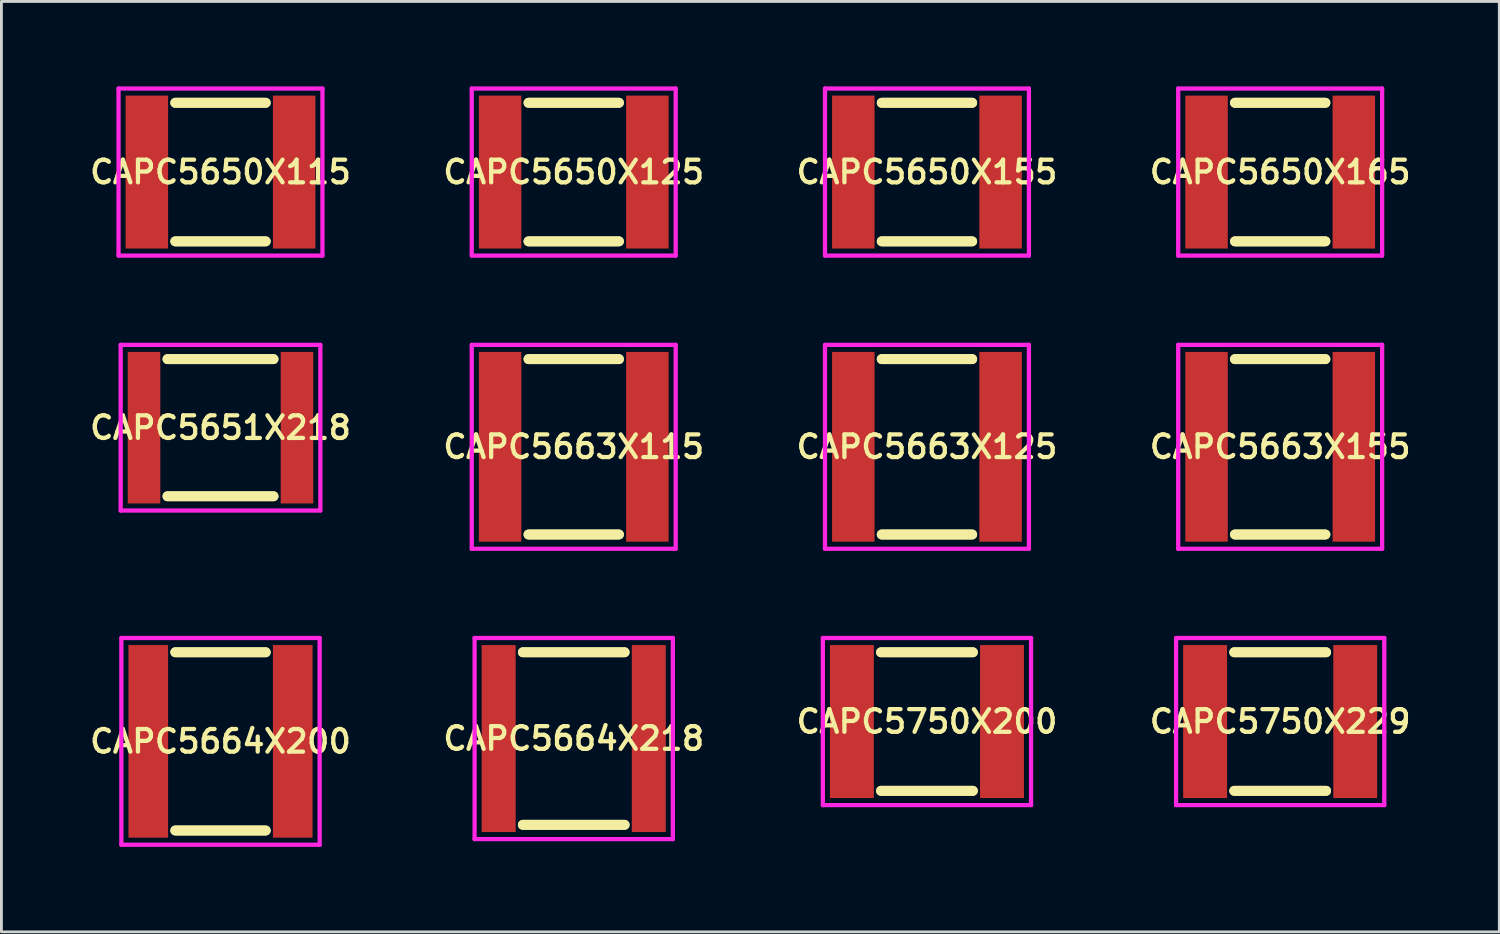
<source format=kicad_pcb>
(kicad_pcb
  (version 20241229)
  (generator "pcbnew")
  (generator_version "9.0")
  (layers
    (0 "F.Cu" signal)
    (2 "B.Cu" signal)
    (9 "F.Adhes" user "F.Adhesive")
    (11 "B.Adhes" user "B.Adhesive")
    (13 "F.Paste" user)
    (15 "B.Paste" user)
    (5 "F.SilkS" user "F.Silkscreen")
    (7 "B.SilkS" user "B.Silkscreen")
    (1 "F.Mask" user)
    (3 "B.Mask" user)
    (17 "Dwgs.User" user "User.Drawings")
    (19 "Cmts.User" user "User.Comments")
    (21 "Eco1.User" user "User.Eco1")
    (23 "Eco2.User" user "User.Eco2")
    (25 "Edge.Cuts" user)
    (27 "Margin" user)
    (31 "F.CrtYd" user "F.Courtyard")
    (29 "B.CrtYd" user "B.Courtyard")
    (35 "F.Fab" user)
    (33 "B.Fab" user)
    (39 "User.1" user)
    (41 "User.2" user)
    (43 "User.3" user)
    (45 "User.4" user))
  (footprint "CAPC5663X155"
    (layer "F.Cu")
    (at 42.148 12.725)
    (property "Reference" "CAPC5663X155" (at 0 0 0) (layer "F.SilkS") (effects (font (size 0.8 0.8) (thickness 0.15))))
    (attr smd)
    (fp_line (start -1.596 -3.096) (end 1.596 -3.096) (stroke (width 0.35) (type solid)) (layer "F.SilkS"))
    (fp_line (start -1.596 3.096) (end 1.596 3.096) (stroke (width 0.35) (type solid)) (layer "F.SilkS"))
    (fp_line (start 1.596 -3.096) (end -1.596 -3.096) (stroke (width 0.35) (type solid)) (layer "F.SilkS"))
    (fp_line (start 1.596 3.096) (end -1.596 3.096) (stroke (width 0.35) (type solid)) (layer "F.SilkS"))
    (fp_line (start -3.6 -3.6) (end 3.6 -3.6) (stroke (width 0.15) (type solid)) (layer "F.CrtYd"))
    (fp_line (start -3.6 3.6) (end -3.6 -3.6) (stroke (width 0.15) (type solid)) (layer "F.CrtYd"))
    (fp_line (start 3.6 -3.6) (end 3.6 3.6) (stroke (width 0.15) (type solid)) (layer "F.CrtYd"))
    (fp_line (start 3.6 3.6) (end -3.6 3.6) (stroke (width 0.15) (type solid)) (layer "F.CrtYd"))
    (pad "1" smd rect (at -2.6 0) (size 1.5 6.7) (layers "F.Cu" "F.Mask" "F.Paste"))
    (pad "2" smd rect (at 2.6 0) (size 1.5 6.7) (layers "F.Cu" "F.Mask" "F.Paste")))
  (footprint "CAPC5750X200"
    (layer "F.Cu")
    (at 29.677 22.425)
    (property "Reference" "CAPC5750X200" (at 0 0 0) (layer "F.SilkS") (effects (font (size 0.8 0.8) (thickness 0.15))))
    (attr through_hole)
    (fp_line (start -1.621 -2.446) (end 1.621 -2.446) (stroke (width 0.35) (type solid)) (layer "F.SilkS"))
    (fp_line (start -1.621 2.446) (end 1.621 2.446) (stroke (width 0.35) (type solid)) (layer "F.SilkS"))
    (fp_line (start 1.621 -2.446) (end -1.621 -2.446) (stroke (width 0.35) (type solid)) (layer "F.SilkS"))
    (fp_line (start 1.621 2.446) (end -1.621 2.446) (stroke (width 0.35) (type solid)) (layer "F.SilkS"))
    (fp_line (start -3.675 -2.95) (end 3.675 -2.95) (stroke (width 0.15) (type solid)) (layer "F.CrtYd"))
    (fp_line (start -3.675 2.95) (end -3.675 -2.95) (stroke (width 0.15) (type solid)) (layer "F.CrtYd"))
    (fp_line (start 3.675 -2.95) (end 3.675 2.95) (stroke (width 0.15) (type solid)) (layer "F.CrtYd"))
    (fp_line (start 3.675 2.95) (end -3.675 2.95) (stroke (width 0.15) (type solid)) (layer "F.CrtYd"))
    (pad "1" smd rect (at -2.65 0) (size 1.55 5.4) (layers "F.Cu" "F.Mask" "F.Paste"))
    (pad "2" smd rect (at 2.65 0) (size 1.55 5.4) (layers "F.Cu" "F.Mask" "F.Paste")))
  (footprint "CAPC5650X125"
    (layer "F.Cu")
    (at 17.206 3.025)
    (property "Reference" "CAPC5650X125" (at 0 0 0) (layer "F.SilkS") (effects (font (size 0.8 0.8) (thickness 0.15))))
    (attr through_hole)
    (fp_line (start -1.596 -2.446) (end 1.596 -2.446) (stroke (width 0.35) (type solid)) (layer "F.SilkS"))
    (fp_line (start -1.596 2.446) (end 1.596 2.446) (stroke (width 0.35) (type solid)) (layer "F.SilkS"))
    (fp_line (start 1.596 -2.446) (end -1.596 -2.446) (stroke (width 0.35) (type solid)) (layer "F.SilkS"))
    (fp_line (start 1.596 2.446) (end -1.596 2.446) (stroke (width 0.35) (type solid)) (layer "F.SilkS"))
    (fp_line (start -3.6 -2.95) (end 3.6 -2.95) (stroke (width 0.15) (type solid)) (layer "F.CrtYd"))
    (fp_line (start -3.6 2.95) (end -3.6 -2.95) (stroke (width 0.15) (type solid)) (layer "F.CrtYd"))
    (fp_line (start 3.6 -2.95) (end 3.6 2.95) (stroke (width 0.15) (type solid)) (layer "F.CrtYd"))
    (fp_line (start 3.6 2.95) (end -3.6 2.95) (stroke (width 0.15) (type solid)) (layer "F.CrtYd"))
    (pad "1" smd rect (at -2.6 0) (size 1.5 5.4) (layers "F.Cu" "F.Mask" "F.Paste"))
    (pad "2" smd rect (at 2.6 0) (size 1.5 5.4) (layers "F.Cu" "F.Mask" "F.Paste")))
  (footprint "CAPC5663X115"
    (layer "F.Cu")
    (at 17.206 12.725)
    (property "Reference" "CAPC5663X115" (at 0 0 0) (layer "F.SilkS") (effects (font (size 0.8 0.8) (thickness 0.15))))
    (attr through_hole)
    (fp_line (start -1.596 -3.096) (end 1.596 -3.096) (stroke (width 0.35) (type solid)) (layer "F.SilkS"))
    (fp_line (start -1.596 3.096) (end 1.596 3.096) (stroke (width 0.35) (type solid)) (layer "F.SilkS"))
    (fp_line (start 1.596 -3.096) (end -1.596 -3.096) (stroke (width 0.35) (type solid)) (layer "F.SilkS"))
    (fp_line (start 1.596 3.096) (end -1.596 3.096) (stroke (width 0.35) (type solid)) (layer "F.SilkS"))
    (fp_line (start -3.6 -3.6) (end 3.6 -3.6) (stroke (width 0.15) (type solid)) (layer "F.CrtYd"))
    (fp_line (start -3.6 3.6) (end -3.6 -3.6) (stroke (width 0.15) (type solid)) (layer "F.CrtYd"))
    (fp_line (start 3.6 -3.6) (end 3.6 3.6) (stroke (width 0.15) (type solid)) (layer "F.CrtYd"))
    (fp_line (start 3.6 3.6) (end -3.6 3.6) (stroke (width 0.15) (type solid)) (layer "F.CrtYd"))
    (pad "1" smd rect (at -2.6 0) (size 1.5 6.7) (layers "F.Cu" "F.Mask" "F.Paste"))
    (pad "2" smd rect (at 2.6 0) (size 1.5 6.7) (layers "F.Cu" "F.Mask" "F.Paste")))
  (footprint "CAPC5650X115"
    (layer "F.Cu")
    (at 4.735 3.025)
    (property "Reference" "CAPC5650X115" (at 0 0 0) (layer "F.SilkS") (effects (font (size 0.8 0.8) (thickness 0.15))))
    (attr smd)
    (fp_line (start -1.596 -2.446) (end 1.596 -2.446) (stroke (width 0.35) (type solid)) (layer "F.SilkS"))
    (fp_line (start -1.596 2.446) (end 1.596 2.446) (stroke (width 0.35) (type solid)) (layer "F.SilkS"))
    (fp_line (start 1.596 -2.446) (end -1.596 -2.446) (stroke (width 0.35) (type solid)) (layer "F.SilkS"))
    (fp_line (start 1.596 2.446) (end -1.596 2.446) (stroke (width 0.35) (type solid)) (layer "F.SilkS"))
    (fp_line (start -3.6 -2.95) (end 3.6 -2.95) (stroke (width 0.15) (type solid)) (layer "F.CrtYd"))
    (fp_line (start -3.6 2.95) (end -3.6 -2.95) (stroke (width 0.15) (type solid)) (layer "F.CrtYd"))
    (fp_line (start 3.6 -2.95) (end 3.6 2.95) (stroke (width 0.15) (type solid)) (layer "F.CrtYd"))
    (fp_line (start 3.6 2.95) (end -3.6 2.95) (stroke (width 0.15) (type solid)) (layer "F.CrtYd"))
    (pad "1" smd rect (at -2.6 0) (size 1.5 5.4) (layers "F.Cu" "F.Mask" "F.Paste"))
    (pad "2" smd rect (at 2.6 0) (size 1.5 5.4) (layers "F.Cu" "F.Mask" "F.Paste")))
  (footprint "CAPC5664X218"
    (layer "F.Cu")
    (at 17.206 23.025)
    (property "Reference" "CAPC5664X218" (at 0 0 0) (layer "F.SilkS") (effects (font (size 0.8 0.8) (thickness 0.15))))
    (attr smd)
    (fp_line (start -1.796 -3.046) (end 1.796 -3.046) (stroke (width 0.35) (type solid)) (layer "F.SilkS"))
    (fp_line (start -1.796 3.046) (end 1.796 3.046) (stroke (width 0.35) (type solid)) (layer "F.SilkS"))
    (fp_line (start 1.796 -3.046) (end -1.796 -3.046) (stroke (width 0.35) (type solid)) (layer "F.SilkS"))
    (fp_line (start 1.796 3.046) (end -1.796 3.046) (stroke (width 0.35) (type solid)) (layer "F.SilkS"))
    (fp_line (start -3.5 -3.55) (end 3.5 -3.55) (stroke (width 0.15) (type solid)) (layer "F.CrtYd"))
    (fp_line (start -3.5 3.55) (end -3.5 -3.55) (stroke (width 0.15) (type solid)) (layer "F.CrtYd"))
    (fp_line (start 3.5 -3.55) (end 3.5 3.55) (stroke (width 0.15) (type solid)) (layer "F.CrtYd"))
    (fp_line (start 3.5 3.55) (end -3.5 3.55) (stroke (width 0.15) (type solid)) (layer "F.CrtYd"))
    (pad "1" smd rect (at -2.65 0) (size 1.2 6.6) (layers "F.Cu" "F.Mask" "F.Paste"))
    (pad "2" smd rect (at 2.65 0) (size 1.2 6.6) (layers "F.Cu" "F.Mask" "F.Paste")))
  (footprint "CAPC5664X200"
    (layer "F.Cu")
    (at 4.735 23.125)
    (property "Reference" "CAPC5664X200" (at 0 0 0) (layer "F.SilkS") (effects (font (size 0.8 0.8) (thickness 0.15))))
    (attr through_hole)
    (fp_line (start -1.596 -3.146) (end 1.596 -3.146) (stroke (width 0.35) (type solid)) (layer "F.SilkS"))
    (fp_line (start -1.596 3.146) (end 1.596 3.146) (stroke (width 0.35) (type solid)) (layer "F.SilkS"))
    (fp_line (start 1.596 -3.146) (end -1.596 -3.146) (stroke (width 0.35) (type solid)) (layer "F.SilkS"))
    (fp_line (start 1.596 3.146) (end -1.596 3.146) (stroke (width 0.35) (type solid)) (layer "F.SilkS"))
    (fp_line (start -3.5 -3.65) (end 3.5 -3.65) (stroke (width 0.15) (type solid)) (layer "F.CrtYd"))
    (fp_line (start -3.5 3.65) (end -3.5 -3.65) (stroke (width 0.15) (type solid)) (layer "F.CrtYd"))
    (fp_line (start 3.5 -3.65) (end 3.5 3.65) (stroke (width 0.15) (type solid)) (layer "F.CrtYd"))
    (fp_line (start 3.5 3.65) (end -3.5 3.65) (stroke (width 0.15) (type solid)) (layer "F.CrtYd"))
    (pad "1" smd rect (at -2.55 0) (size 1.4 6.8) (layers "F.Cu" "F.Mask" "F.Paste"))
    (pad "2" smd rect (at 2.55 0) (size 1.4 6.8) (layers "F.Cu" "F.Mask" "F.Paste")))
  (footprint "CAPC5663X125"
    (layer "F.Cu")
    (at 29.677 12.725)
    (property "Reference" "CAPC5663X125" (at 0 0 0) (layer "F.SilkS") (effects (font (size 0.8 0.8) (thickness 0.15))))
    (attr smd)
    (fp_line (start -1.596 -3.096) (end 1.596 -3.096) (stroke (width 0.35) (type solid)) (layer "F.SilkS"))
    (fp_line (start -1.596 3.096) (end 1.596 3.096) (stroke (width 0.35) (type solid)) (layer "F.SilkS"))
    (fp_line (start 1.596 -3.096) (end -1.596 -3.096) (stroke (width 0.35) (type solid)) (layer "F.SilkS"))
    (fp_line (start 1.596 3.096) (end -1.596 3.096) (stroke (width 0.35) (type solid)) (layer "F.SilkS"))
    (fp_line (start -3.6 -3.6) (end 3.6 -3.6) (stroke (width 0.15) (type solid)) (layer "F.CrtYd"))
    (fp_line (start -3.6 3.6) (end -3.6 -3.6) (stroke (width 0.15) (type solid)) (layer "F.CrtYd"))
    (fp_line (start 3.6 -3.6) (end 3.6 3.6) (stroke (width 0.15) (type solid)) (layer "F.CrtYd"))
    (fp_line (start 3.6 3.6) (end -3.6 3.6) (stroke (width 0.15) (type solid)) (layer "F.CrtYd"))
    (pad "1" smd rect (at -2.6 0) (size 1.5 6.7) (layers "F.Cu" "F.Mask" "F.Paste"))
    (pad "2" smd rect (at 2.6 0) (size 1.5 6.7) (layers "F.Cu" "F.Mask" "F.Paste")))
  (footprint "CAPC5750X229"
    (layer "F.Cu")
    (at 42.148 22.425)
    (property "Reference" "CAPC5750X229" (at 0 0 0) (layer "F.SilkS") (effects (font (size 0.8 0.8) (thickness 0.15))))
    (attr smd)
    (fp_line (start -1.621 -2.446) (end 1.621 -2.446) (stroke (width 0.35) (type solid)) (layer "F.SilkS"))
    (fp_line (start -1.621 2.446) (end 1.621 2.446) (stroke (width 0.35) (type solid)) (layer "F.SilkS"))
    (fp_line (start 1.621 -2.446) (end -1.621 -2.446) (stroke (width 0.35) (type solid)) (layer "F.SilkS"))
    (fp_line (start 1.621 2.446) (end -1.621 2.446) (stroke (width 0.35) (type solid)) (layer "F.SilkS"))
    (fp_line (start -3.675 -2.95) (end 3.675 -2.95) (stroke (width 0.15) (type solid)) (layer "F.CrtYd"))
    (fp_line (start -3.675 2.95) (end -3.675 -2.95) (stroke (width 0.15) (type solid)) (layer "F.CrtYd"))
    (fp_line (start 3.675 -2.95) (end 3.675 2.95) (stroke (width 0.15) (type solid)) (layer "F.CrtYd"))
    (fp_line (start 3.675 2.95) (end -3.675 2.95) (stroke (width 0.15) (type solid)) (layer "F.CrtYd"))
    (pad "1" smd rect (at -2.65 0) (size 1.55 5.4) (layers "F.Cu" "F.Mask" "F.Paste"))
    (pad "2" smd rect (at 2.65 0) (size 1.55 5.4) (layers "F.Cu" "F.Mask" "F.Paste")))
  (footprint "CAPC5650X155"
    (layer "F.Cu")
    (at 29.677 3.025)
    (property "Reference" "CAPC5650X155" (at 0 0 0) (layer "F.SilkS") (effects (font (size 0.8 0.8) (thickness 0.15))))
    (attr through_hole)
    (fp_line (start -1.596 -2.446) (end 1.596 -2.446) (stroke (width 0.35) (type solid)) (layer "F.SilkS"))
    (fp_line (start -1.596 2.446) (end 1.596 2.446) (stroke (width 0.35) (type solid)) (layer "F.SilkS"))
    (fp_line (start 1.596 -2.446) (end -1.596 -2.446) (stroke (width 0.35) (type solid)) (layer "F.SilkS"))
    (fp_line (start 1.596 2.446) (end -1.596 2.446) (stroke (width 0.35) (type solid)) (layer "F.SilkS"))
    (fp_line (start -3.6 -2.95) (end 3.6 -2.95) (stroke (width 0.15) (type solid)) (layer "F.CrtYd"))
    (fp_line (start -3.6 2.95) (end -3.6 -2.95) (stroke (width 0.15) (type solid)) (layer "F.CrtYd"))
    (fp_line (start 3.6 -2.95) (end 3.6 2.95) (stroke (width 0.15) (type solid)) (layer "F.CrtYd"))
    (fp_line (start 3.6 2.95) (end -3.6 2.95) (stroke (width 0.15) (type solid)) (layer "F.CrtYd"))
    (pad "1" smd rect (at -2.6 0) (size 1.5 5.4) (layers "F.Cu" "F.Mask" "F.Paste"))
    (pad "2" smd rect (at 2.6 0) (size 1.5 5.4) (layers "F.Cu" "F.Mask" "F.Paste")))
  (footprint "CAPC5651X218"
    (layer "F.Cu")
    (at 4.735 12.05)
    (property "Reference" "CAPC5651X218" (at 0 0 0) (layer "F.SilkS") (effects (font (size 0.8 0.8) (thickness 0.15))))
    (attr through_hole)
    (fp_line (start -1.871 -2.421) (end 1.871 -2.421) (stroke (width 0.35) (type solid)) (layer "F.SilkS"))
    (fp_line (start -1.871 2.421) (end 1.871 2.421) (stroke (width 0.35) (type solid)) (layer "F.SilkS"))
    (fp_line (start 1.871 -2.421) (end -1.871 -2.421) (stroke (width 0.35) (type solid)) (layer "F.SilkS"))
    (fp_line (start 1.871 2.421) (end -1.871 2.421) (stroke (width 0.35) (type solid)) (layer "F.SilkS"))
    (fp_line (start -3.525 -2.925) (end 3.525 -2.925) (stroke (width 0.15) (type solid)) (layer "F.CrtYd"))
    (fp_line (start -3.525 2.925) (end -3.525 -2.925) (stroke (width 0.15) (type solid)) (layer "F.CrtYd"))
    (fp_line (start 3.525 -2.925) (end 3.525 2.925) (stroke (width 0.15) (type solid)) (layer "F.CrtYd"))
    (fp_line (start 3.525 2.925) (end -3.525 2.925) (stroke (width 0.15) (type solid)) (layer "F.CrtYd"))
    (pad "1" smd rect (at -2.7 0) (size 1.15 5.35) (layers "F.Cu" "F.Mask" "F.Paste"))
    (pad "2" smd rect (at 2.7 0) (size 1.15 5.35) (layers "F.Cu" "F.Mask" "F.Paste")))
  (footprint "CAPC5650X165"
    (layer "F.Cu")
    (at 42.148 3.025)
    (property "Reference" "CAPC5650X165" (at 0 0 0) (layer "F.SilkS") (effects (font (size 0.8 0.8) (thickness 0.15))))
    (attr smd)
    (fp_line (start -1.596 -2.446) (end 1.596 -2.446) (stroke (width 0.35) (type solid)) (layer "F.SilkS"))
    (fp_line (start -1.596 2.446) (end 1.596 2.446) (stroke (width 0.35) (type solid)) (layer "F.SilkS"))
    (fp_line (start 1.596 -2.446) (end -1.596 -2.446) (stroke (width 0.35) (type solid)) (layer "F.SilkS"))
    (fp_line (start 1.596 2.446) (end -1.596 2.446) (stroke (width 0.35) (type solid)) (layer "F.SilkS"))
    (fp_line (start -3.6 -2.95) (end 3.6 -2.95) (stroke (width 0.15) (type solid)) (layer "F.CrtYd"))
    (fp_line (start -3.6 2.95) (end -3.6 -2.95) (stroke (width 0.15) (type solid)) (layer "F.CrtYd"))
    (fp_line (start 3.6 -2.95) (end 3.6 2.95) (stroke (width 0.15) (type solid)) (layer "F.CrtYd"))
    (fp_line (start 3.6 2.95) (end -3.6 2.95) (stroke (width 0.15) (type solid)) (layer "F.CrtYd"))
    (pad "1" smd rect (at -2.6 0) (size 1.5 5.4) (layers "F.Cu" "F.Mask" "F.Paste"))
    (pad "2" smd rect (at 2.6 0) (size 1.5 5.4) (layers "F.Cu" "F.Mask" "F.Paste")))
  (gr_rect
    (start -3 -3)
    (end 49.884 29.85)
    (stroke (width 0.1) (type default))
    (fill no)
    (layer "Edge.Cuts")))
</source>
